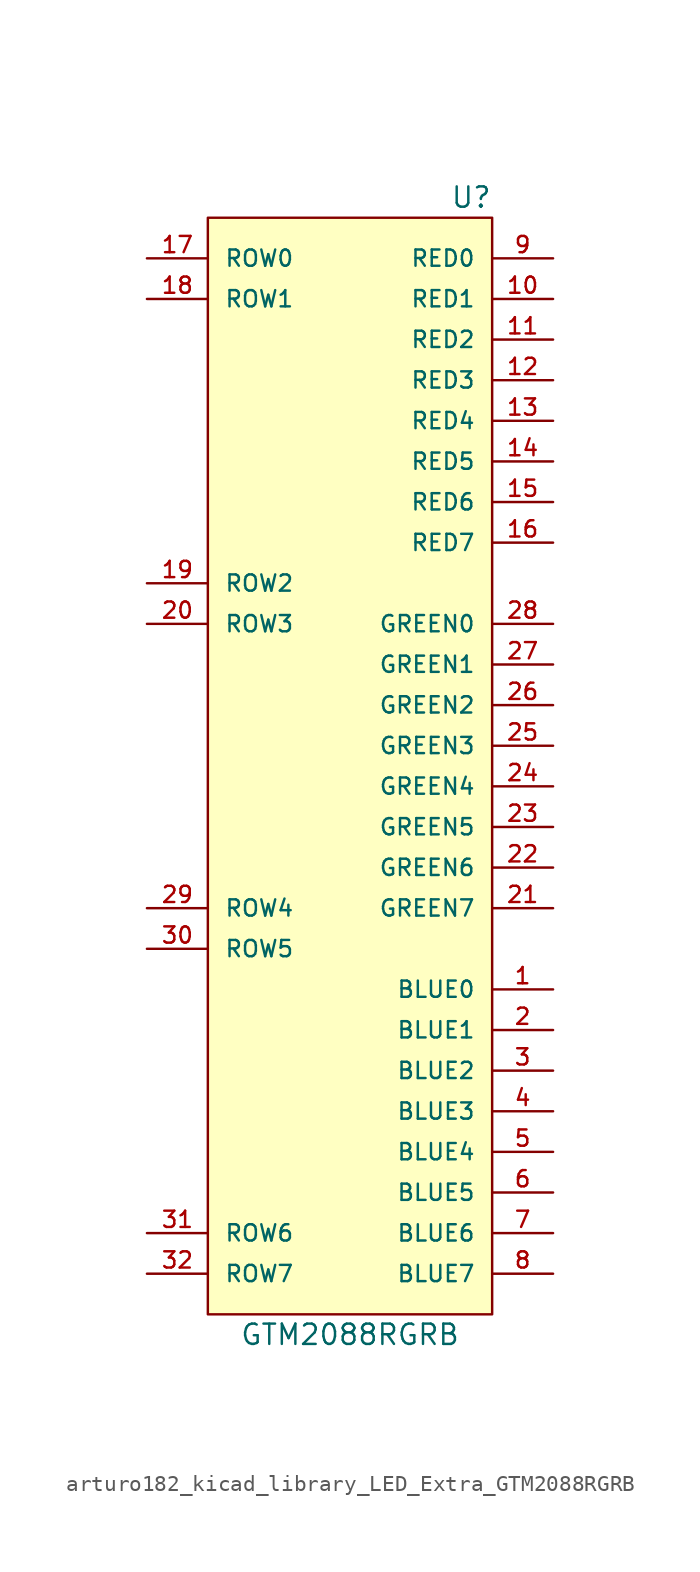
<source format=kicad_sym>
(kicad_symbol_lib
  (version 20220914)
  (generator kicad_symbol_editor)
  (symbol "arturo182_kicad_library_LED_Extra_GTM2088RGRB"
    (pin_names
      (offset 1.016))
    (property "Reference" "U"
      (at 8.89 34.29 0)
      (effects (font (size 1.27 1.27)) (justify right)))
    (property "Value" "GTM2088RGRB"
      (at 0 -36.83 0)
      (effects (font (size 1.27 1.27))))
    (symbol "arturo182_kicad_library_LED_Extra_GTM2088RGRB_0_1"
      (rectangle (start 8.89 33.02) (end -8.89 -35.56) (stroke (width 0) (type default)) (fill (type background))))
    (symbol "arturo182_kicad_library_LED_Extra_GTM2088RGRB_1_1"
      (pin input line (at 12.7 -15.24 180) (length 3.81) (name "BLUE0" (effects (font (size 1.016 1.016)))) (number "1" (effects (font (size 1.016 1.016)))))
      (pin input line (at 12.7 27.94 180) (length 3.81) (name "RED1" (effects (font (size 1.016 1.016)))) (number "10" (effects (font (size 1.016 1.016)))))
      (pin input line (at 12.7 25.4 180) (length 3.81) (name "RED2" (effects (font (size 1.016 1.016)))) (number "11" (effects (font (size 1.016 1.016)))))
      (pin input line (at 12.7 22.86 180) (length 3.81) (name "RED3" (effects (font (size 1.016 1.016)))) (number "12" (effects (font (size 1.016 1.016)))))
      (pin input line (at 12.7 20.32 180) (length 3.81) (name "RED4" (effects (font (size 1.016 1.016)))) (number "13" (effects (font (size 1.016 1.016)))))
      (pin input line (at 12.7 17.78 180) (length 3.81) (name "RED5" (effects (font (size 1.016 1.016)))) (number "14" (effects (font (size 1.016 1.016)))))
      (pin input line (at 12.7 15.24 180) (length 3.81) (name "RED6" (effects (font (size 1.016 1.016)))) (number "15" (effects (font (size 1.016 1.016)))))
      (pin input line (at 12.7 12.7 180) (length 3.81) (name "RED7" (effects (font (size 1.016 1.016)))) (number "16" (effects (font (size 1.016 1.016)))))
      (pin input line (at -12.7 30.48 0) (length 3.81) (name "ROW0" (effects (font (size 1.016 1.016)))) (number "17" (effects (font (size 1.016 1.016)))))
      (pin input line (at -12.7 27.94 0) (length 3.81) (name "ROW1" (effects (font (size 1.016 1.016)))) (number "18" (effects (font (size 1.016 1.016)))))
      (pin input line (at -12.7 10.16 0) (length 3.81) (name "ROW2" (effects (font (size 1.016 1.016)))) (number "19" (effects (font (size 1.016 1.016)))))
      (pin input line (at 12.7 -17.78 180) (length 3.81) (name "BLUE1" (effects (font (size 1.016 1.016)))) (number "2" (effects (font (size 1.016 1.016)))))
      (pin input line (at -12.7 7.62 0) (length 3.81) (name "ROW3" (effects (font (size 1.016 1.016)))) (number "20" (effects (font (size 1.016 1.016)))))
      (pin input line (at 12.7 -10.16 180) (length 3.81) (name "GREEN7" (effects (font (size 1.016 1.016)))) (number "21" (effects (font (size 1.016 1.016)))))
      (pin input line (at 12.7 -7.62 180) (length 3.81) (name "GREEN6" (effects (font (size 1.016 1.016)))) (number "22" (effects (font (size 1.016 1.016)))))
      (pin input line (at 12.7 -5.08 180) (length 3.81) (name "GREEN5" (effects (font (size 1.016 1.016)))) (number "23" (effects (font (size 1.016 1.016)))))
      (pin input line (at 12.7 -2.54 180) (length 3.81) (name "GREEN4" (effects (font (size 1.016 1.016)))) (number "24" (effects (font (size 1.016 1.016)))))
      (pin input line (at 12.7 0 180) (length 3.81) (name "GREEN3" (effects (font (size 1.016 1.016)))) (number "25" (effects (font (size 1.016 1.016)))))
      (pin input line (at 12.7 2.54 180) (length 3.81) (name "GREEN2" (effects (font (size 1.016 1.016)))) (number "26" (effects (font (size 1.016 1.016)))))
      (pin input line (at 12.7 5.08 180) (length 3.81) (name "GREEN1" (effects (font (size 1.016 1.016)))) (number "27" (effects (font (size 1.016 1.016)))))
      (pin input line (at 12.7 7.62 180) (length 3.81) (name "GREEN0" (effects (font (size 1.016 1.016)))) (number "28" (effects (font (size 1.016 1.016)))))
      (pin input line (at -12.7 -10.16 0) (length 3.81) (name "ROW4" (effects (font (size 1.016 1.016)))) (number "29" (effects (font (size 1.016 1.016)))))
      (pin input line (at 12.7 -20.32 180) (length 3.81) (name "BLUE2" (effects (font (size 1.016 1.016)))) (number "3" (effects (font (size 1.016 1.016)))))
      (pin input line (at -12.7 -12.7 0) (length 3.81) (name "ROW5" (effects (font (size 1.016 1.016)))) (number "30" (effects (font (size 1.016 1.016)))))
      (pin input line (at -12.7 -30.48 0) (length 3.81) (name "ROW6" (effects (font (size 1.016 1.016)))) (number "31" (effects (font (size 1.016 1.016)))))
      (pin input line (at -12.7 -33.02 0) (length 3.81) (name "ROW7" (effects (font (size 1.016 1.016)))) (number "32" (effects (font (size 1.016 1.016)))))
      (pin input line (at 12.7 -22.86 180) (length 3.81) (name "BLUE3" (effects (font (size 1.016 1.016)))) (number "4" (effects (font (size 1.016 1.016)))))
      (pin input line (at 12.7 -25.4 180) (length 3.81) (name "BLUE4" (effects (font (size 1.016 1.016)))) (number "5" (effects (font (size 1.016 1.016)))))
      (pin input line (at 12.7 -27.94 180) (length 3.81) (name "BLUE5" (effects (font (size 1.016 1.016)))) (number "6" (effects (font (size 1.016 1.016)))))
      (pin input line (at 12.7 -30.48 180) (length 3.81) (name "BLUE6" (effects (font (size 1.016 1.016)))) (number "7" (effects (font (size 1.016 1.016)))))
      (pin input line (at 12.7 -33.02 180) (length 3.81) (name "BLUE7" (effects (font (size 1.016 1.016)))) (number "8" (effects (font (size 1.016 1.016)))))
      (pin input line (at 12.7 30.48 180) (length 3.81) (name "RED0" (effects (font (size 1.016 1.016)))) (number "9" (effects (font (size 1.016 1.016))))))))
</source>
